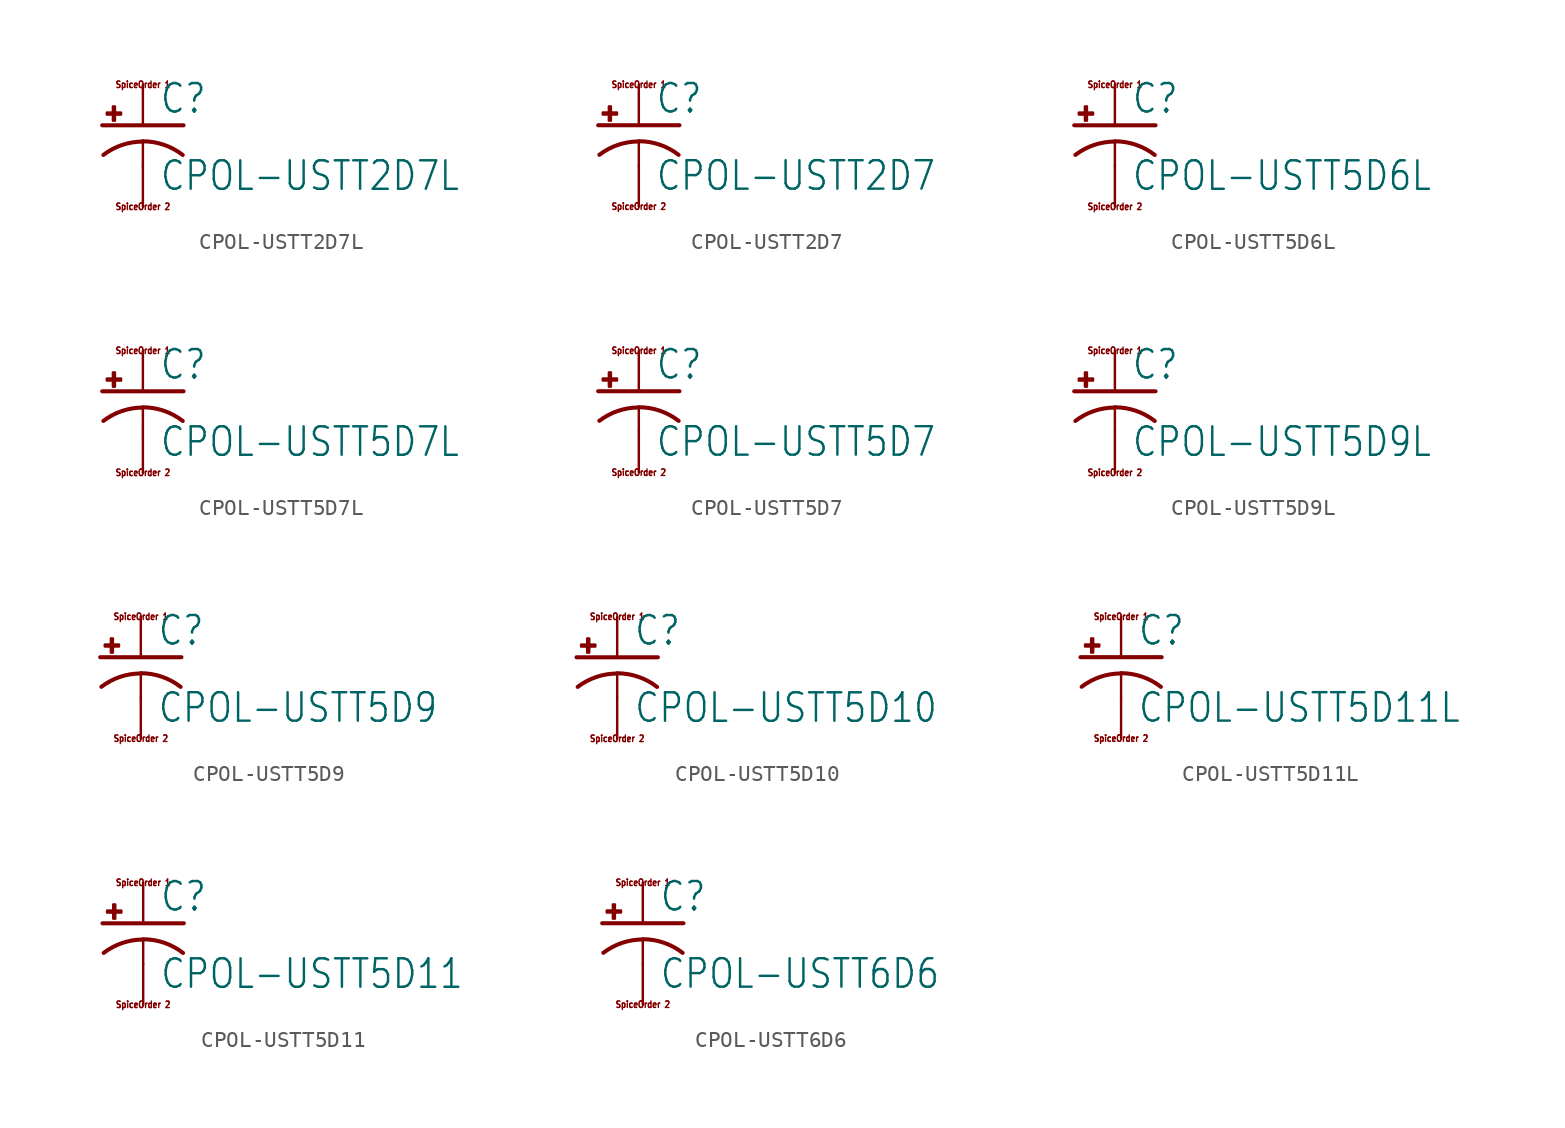
<source format=kicad_sym>
(kicad_symbol_lib
  (version 20211014)
  (generator kicad_symbol_editor)
  (symbol "CPOL-USTT2D7L"
    (property "Reference" "C"
      (at 1.016 0.635 0)
      (effects (font (size 1.778 1.511)) (justify left bottom)))
    (property "Value" "CPOL-USTT2D7L"
      (at 1.016 -4.191 0)
      (effects (font (size 1.778 1.511)) (justify left bottom)))
    (property "ki_locked" ""
      (at 0 0 0)
      (effects (font (size 1.27 1.27))))
    (symbol "CPOL-USTT2D7L_1_0"
      (rectangle (start -2.253 0.668) (end -1.364 0.795) (stroke (width 0) (type default) (color 0 0 0 0)) (fill (type outline)))
      (rectangle (start -1.872 0.287) (end -1.745 1.176) (stroke (width 0) (type default) (color 0 0 0 0)) (fill (type outline)))
      (arc (start 0 -1.0161) (mid -1.3021 -1.2302) (end -2.4669 -1.8504) (stroke (width 0.254) (type default) (color 0 0 0 0)) (fill (type none)))
      (polyline (pts (xy -2.54 0) (xy 2.54 0)) (stroke (width 0.254) (type default) (color 0 0 0 0)) (fill (type none)))
      (polyline (pts (xy 0 -1.016) (xy 0 -2.54)) (stroke (width 0.152) (type default) (color 0 0 0 0)) (fill (type none)))
      (arc (start 2.4892 -1.8542) (mid 1.3158 -1.2195) (end 0 -1) (stroke (width 0.254) (type default) (color 0 0 0 0)) (fill (type none)))
      (text "SpiceOrder 1" (at 0 2.54 0) (effects (font (size 0.406 0.345))))
      (text "SpiceOrder 2" (at 0 -5.08 0) (effects (font (size 0.406 0.345))))
      (pin passive line (at 0 2.54 270) (length 2.54) (name "+" (effects (font (size 0 0)))) (number "+" (effects (font (size 0 0)))))
      (pin passive line (at 0 -5.08 90) (length 2.54) (name "-" (effects (font (size 0 0)))) (number "-" (effects (font (size 0 0)))))))
  (symbol "CPOL-USTT2D7"
    (property "Reference" "C"
      (at 1.016 0.635 0)
      (effects (font (size 1.778 1.511)) (justify left bottom)))
    (property "Value" "CPOL-USTT2D7"
      (at 1.016 -4.191 0)
      (effects (font (size 1.778 1.511)) (justify left bottom)))
    (property "ki_locked" ""
      (at 0 0 0)
      (effects (font (size 1.27 1.27))))
    (symbol "CPOL-USTT2D7_1_0"
      (rectangle (start -2.253 0.668) (end -1.364 0.795) (stroke (width 0) (type default) (color 0 0 0 0)) (fill (type outline)))
      (rectangle (start -1.872 0.287) (end -1.745 1.176) (stroke (width 0) (type default) (color 0 0 0 0)) (fill (type outline)))
      (arc (start 0 -1.0161) (mid -1.3021 -1.2302) (end -2.4669 -1.8504) (stroke (width 0.254) (type default) (color 0 0 0 0)) (fill (type none)))
      (polyline (pts (xy -2.54 0) (xy 2.54 0)) (stroke (width 0.254) (type default) (color 0 0 0 0)) (fill (type none)))
      (polyline (pts (xy 0 -1.016) (xy 0 -2.54)) (stroke (width 0.152) (type default) (color 0 0 0 0)) (fill (type none)))
      (arc (start 2.4892 -1.8542) (mid 1.3158 -1.2195) (end 0 -1) (stroke (width 0.254) (type default) (color 0 0 0 0)) (fill (type none)))
      (text "SpiceOrder 1" (at 0 2.54 0) (effects (font (size 0.406 0.345))))
      (text "SpiceOrder 2" (at 0 -5.08 0) (effects (font (size 0.406 0.345))))
      (pin passive line (at 0 2.54 270) (length 2.54) (name "+" (effects (font (size 0 0)))) (number "+" (effects (font (size 0 0)))))
      (pin passive line (at 0 -5.08 90) (length 2.54) (name "-" (effects (font (size 0 0)))) (number "-" (effects (font (size 0 0)))))))
  (symbol "CPOL-USTT5D6L"
    (property "Reference" "C"
      (at 1.016 0.635 0)
      (effects (font (size 1.778 1.511)) (justify left bottom)))
    (property "Value" "CPOL-USTT5D6L"
      (at 1.016 -4.191 0)
      (effects (font (size 1.778 1.511)) (justify left bottom)))
    (property "ki_locked" ""
      (at 0 0 0)
      (effects (font (size 1.27 1.27))))
    (symbol "CPOL-USTT5D6L_1_0"
      (rectangle (start -2.253 0.668) (end -1.364 0.795) (stroke (width 0) (type default) (color 0 0 0 0)) (fill (type outline)))
      (rectangle (start -1.872 0.287) (end -1.745 1.176) (stroke (width 0) (type default) (color 0 0 0 0)) (fill (type outline)))
      (arc (start 0 -1.0161) (mid -1.3021 -1.2302) (end -2.4669 -1.8504) (stroke (width 0.254) (type default) (color 0 0 0 0)) (fill (type none)))
      (polyline (pts (xy -2.54 0) (xy 2.54 0)) (stroke (width 0.254) (type default) (color 0 0 0 0)) (fill (type none)))
      (polyline (pts (xy 0 -1.016) (xy 0 -2.54)) (stroke (width 0.152) (type default) (color 0 0 0 0)) (fill (type none)))
      (arc (start 2.4892 -1.8542) (mid 1.3158 -1.2195) (end 0 -1) (stroke (width 0.254) (type default) (color 0 0 0 0)) (fill (type none)))
      (text "SpiceOrder 1" (at 0 2.54 0) (effects (font (size 0.406 0.345))))
      (text "SpiceOrder 2" (at 0 -5.08 0) (effects (font (size 0.406 0.345))))
      (pin passive line (at 0 2.54 270) (length 2.54) (name "+" (effects (font (size 0 0)))) (number "+" (effects (font (size 0 0)))))
      (pin passive line (at 0 -5.08 90) (length 2.54) (name "-" (effects (font (size 0 0)))) (number "-" (effects (font (size 0 0)))))))
  (symbol "CPOL-USTT5D7L"
    (property "Reference" "C"
      (at 1.016 0.635 0)
      (effects (font (size 1.778 1.511)) (justify left bottom)))
    (property "Value" "CPOL-USTT5D7L"
      (at 1.016 -4.191 0)
      (effects (font (size 1.778 1.511)) (justify left bottom)))
    (property "ki_locked" ""
      (at 0 0 0)
      (effects (font (size 1.27 1.27))))
    (symbol "CPOL-USTT5D7L_1_0"
      (rectangle (start -2.253 0.668) (end -1.364 0.795) (stroke (width 0) (type default) (color 0 0 0 0)) (fill (type outline)))
      (rectangle (start -1.872 0.287) (end -1.745 1.176) (stroke (width 0) (type default) (color 0 0 0 0)) (fill (type outline)))
      (arc (start 0 -1.0161) (mid -1.3021 -1.2302) (end -2.4669 -1.8504) (stroke (width 0.254) (type default) (color 0 0 0 0)) (fill (type none)))
      (polyline (pts (xy -2.54 0) (xy 2.54 0)) (stroke (width 0.254) (type default) (color 0 0 0 0)) (fill (type none)))
      (polyline (pts (xy 0 -1.016) (xy 0 -2.54)) (stroke (width 0.152) (type default) (color 0 0 0 0)) (fill (type none)))
      (arc (start 2.4892 -1.8542) (mid 1.3158 -1.2195) (end 0 -1) (stroke (width 0.254) (type default) (color 0 0 0 0)) (fill (type none)))
      (text "SpiceOrder 1" (at 0 2.54 0) (effects (font (size 0.406 0.345))))
      (text "SpiceOrder 2" (at 0 -5.08 0) (effects (font (size 0.406 0.345))))
      (pin passive line (at 0 2.54 270) (length 2.54) (name "+" (effects (font (size 0 0)))) (number "+" (effects (font (size 0 0)))))
      (pin passive line (at 0 -5.08 90) (length 2.54) (name "-" (effects (font (size 0 0)))) (number "-" (effects (font (size 0 0)))))))
  (symbol "CPOL-USTT5D7"
    (property "Reference" "C"
      (at 1.016 0.635 0)
      (effects (font (size 1.778 1.511)) (justify left bottom)))
    (property "Value" "CPOL-USTT5D7"
      (at 1.016 -4.191 0)
      (effects (font (size 1.778 1.511)) (justify left bottom)))
    (property "ki_locked" ""
      (at 0 0 0)
      (effects (font (size 1.27 1.27))))
    (symbol "CPOL-USTT5D7_1_0"
      (rectangle (start -2.253 0.668) (end -1.364 0.795) (stroke (width 0) (type default) (color 0 0 0 0)) (fill (type outline)))
      (rectangle (start -1.872 0.287) (end -1.745 1.176) (stroke (width 0) (type default) (color 0 0 0 0)) (fill (type outline)))
      (arc (start 0 -1.0161) (mid -1.3021 -1.2302) (end -2.4669 -1.8504) (stroke (width 0.254) (type default) (color 0 0 0 0)) (fill (type none)))
      (polyline (pts (xy -2.54 0) (xy 2.54 0)) (stroke (width 0.254) (type default) (color 0 0 0 0)) (fill (type none)))
      (polyline (pts (xy 0 -1.016) (xy 0 -2.54)) (stroke (width 0.152) (type default) (color 0 0 0 0)) (fill (type none)))
      (arc (start 2.4892 -1.8542) (mid 1.3158 -1.2195) (end 0 -1) (stroke (width 0.254) (type default) (color 0 0 0 0)) (fill (type none)))
      (text "SpiceOrder 1" (at 0 2.54 0) (effects (font (size 0.406 0.345))))
      (text "SpiceOrder 2" (at 0 -5.08 0) (effects (font (size 0.406 0.345))))
      (pin passive line (at 0 2.54 270) (length 2.54) (name "+" (effects (font (size 0 0)))) (number "+" (effects (font (size 0 0)))))
      (pin passive line (at 0 -5.08 90) (length 2.54) (name "-" (effects (font (size 0 0)))) (number "-" (effects (font (size 0 0)))))))
  (symbol "CPOL-USTT5D9L"
    (property "Reference" "C"
      (at 1.016 0.635 0)
      (effects (font (size 1.778 1.511)) (justify left bottom)))
    (property "Value" "CPOL-USTT5D9L"
      (at 1.016 -4.191 0)
      (effects (font (size 1.778 1.511)) (justify left bottom)))
    (property "ki_locked" ""
      (at 0 0 0)
      (effects (font (size 1.27 1.27))))
    (symbol "CPOL-USTT5D9L_1_0"
      (rectangle (start -2.253 0.668) (end -1.364 0.795) (stroke (width 0) (type default) (color 0 0 0 0)) (fill (type outline)))
      (rectangle (start -1.872 0.287) (end -1.745 1.176) (stroke (width 0) (type default) (color 0 0 0 0)) (fill (type outline)))
      (arc (start 0 -1.0161) (mid -1.3021 -1.2302) (end -2.4669 -1.8504) (stroke (width 0.254) (type default) (color 0 0 0 0)) (fill (type none)))
      (polyline (pts (xy -2.54 0) (xy 2.54 0)) (stroke (width 0.254) (type default) (color 0 0 0 0)) (fill (type none)))
      (polyline (pts (xy 0 -1.016) (xy 0 -2.54)) (stroke (width 0.152) (type default) (color 0 0 0 0)) (fill (type none)))
      (arc (start 2.4892 -1.8542) (mid 1.3158 -1.2195) (end 0 -1) (stroke (width 0.254) (type default) (color 0 0 0 0)) (fill (type none)))
      (text "SpiceOrder 1" (at 0 2.54 0) (effects (font (size 0.406 0.345))))
      (text "SpiceOrder 2" (at 0 -5.08 0) (effects (font (size 0.406 0.345))))
      (pin passive line (at 0 2.54 270) (length 2.54) (name "+" (effects (font (size 0 0)))) (number "+" (effects (font (size 0 0)))))
      (pin passive line (at 0 -5.08 90) (length 2.54) (name "-" (effects (font (size 0 0)))) (number "-" (effects (font (size 0 0)))))))
  (symbol "CPOL-USTT5D9"
    (property "Reference" "C"
      (at 1.016 0.635 0)
      (effects (font (size 1.778 1.511)) (justify left bottom)))
    (property "Value" "CPOL-USTT5D9"
      (at 1.016 -4.191 0)
      (effects (font (size 1.778 1.511)) (justify left bottom)))
    (property "ki_locked" ""
      (at 0 0 0)
      (effects (font (size 1.27 1.27))))
    (symbol "CPOL-USTT5D9_1_0"
      (rectangle (start -2.253 0.668) (end -1.364 0.795) (stroke (width 0) (type default) (color 0 0 0 0)) (fill (type outline)))
      (rectangle (start -1.872 0.287) (end -1.745 1.176) (stroke (width 0) (type default) (color 0 0 0 0)) (fill (type outline)))
      (arc (start 0 -1.0161) (mid -1.3021 -1.2302) (end -2.4669 -1.8504) (stroke (width 0.254) (type default) (color 0 0 0 0)) (fill (type none)))
      (polyline (pts (xy -2.54 0) (xy 2.54 0)) (stroke (width 0.254) (type default) (color 0 0 0 0)) (fill (type none)))
      (polyline (pts (xy 0 -1.016) (xy 0 -2.54)) (stroke (width 0.152) (type default) (color 0 0 0 0)) (fill (type none)))
      (arc (start 2.4892 -1.8542) (mid 1.3158 -1.2195) (end 0 -1) (stroke (width 0.254) (type default) (color 0 0 0 0)) (fill (type none)))
      (text "SpiceOrder 1" (at 0 2.54 0) (effects (font (size 0.406 0.345))))
      (text "SpiceOrder 2" (at 0 -5.08 0) (effects (font (size 0.406 0.345))))
      (pin passive line (at 0 2.54 270) (length 2.54) (name "+" (effects (font (size 0 0)))) (number "+" (effects (font (size 0 0)))))
      (pin passive line (at 0 -5.08 90) (length 2.54) (name "-" (effects (font (size 0 0)))) (number "-" (effects (font (size 0 0)))))))
  (symbol "CPOL-USTT5D10"
    (property "Reference" "C"
      (at 1.016 0.635 0)
      (effects (font (size 1.778 1.511)) (justify left bottom)))
    (property "Value" "CPOL-USTT5D10"
      (at 1.016 -4.191 0)
      (effects (font (size 1.778 1.511)) (justify left bottom)))
    (property "ki_locked" ""
      (at 0 0 0)
      (effects (font (size 1.27 1.27))))
    (symbol "CPOL-USTT5D10_1_0"
      (rectangle (start -2.253 0.668) (end -1.364 0.795) (stroke (width 0) (type default) (color 0 0 0 0)) (fill (type outline)))
      (rectangle (start -1.872 0.287) (end -1.745 1.176) (stroke (width 0) (type default) (color 0 0 0 0)) (fill (type outline)))
      (arc (start 0 -1.0161) (mid -1.3021 -1.2302) (end -2.4669 -1.8504) (stroke (width 0.254) (type default) (color 0 0 0 0)) (fill (type none)))
      (polyline (pts (xy -2.54 0) (xy 2.54 0)) (stroke (width 0.254) (type default) (color 0 0 0 0)) (fill (type none)))
      (polyline (pts (xy 0 -1.016) (xy 0 -2.54)) (stroke (width 0.152) (type default) (color 0 0 0 0)) (fill (type none)))
      (arc (start 2.4892 -1.8542) (mid 1.3158 -1.2195) (end 0 -1) (stroke (width 0.254) (type default) (color 0 0 0 0)) (fill (type none)))
      (text "SpiceOrder 1" (at 0 2.54 0) (effects (font (size 0.406 0.345))))
      (text "SpiceOrder 2" (at 0 -5.08 0) (effects (font (size 0.406 0.345))))
      (pin passive line (at 0 2.54 270) (length 2.54) (name "+" (effects (font (size 0 0)))) (number "+" (effects (font (size 0 0)))))
      (pin passive line (at 0 -5.08 90) (length 2.54) (name "-" (effects (font (size 0 0)))) (number "-" (effects (font (size 0 0)))))))
  (symbol "CPOL-USTT5D11L"
    (property "Reference" "C"
      (at 1.016 0.635 0)
      (effects (font (size 1.778 1.511)) (justify left bottom)))
    (property "Value" "CPOL-USTT5D11L"
      (at 1.016 -4.191 0)
      (effects (font (size 1.778 1.511)) (justify left bottom)))
    (property "ki_locked" ""
      (at 0 0 0)
      (effects (font (size 1.27 1.27))))
    (symbol "CPOL-USTT5D11L_1_0"
      (rectangle (start -2.253 0.668) (end -1.364 0.795) (stroke (width 0) (type default) (color 0 0 0 0)) (fill (type outline)))
      (rectangle (start -1.872 0.287) (end -1.745 1.176) (stroke (width 0) (type default) (color 0 0 0 0)) (fill (type outline)))
      (arc (start 0 -1.0161) (mid -1.3021 -1.2302) (end -2.4669 -1.8504) (stroke (width 0.254) (type default) (color 0 0 0 0)) (fill (type none)))
      (polyline (pts (xy -2.54 0) (xy 2.54 0)) (stroke (width 0.254) (type default) (color 0 0 0 0)) (fill (type none)))
      (polyline (pts (xy 0 -1.016) (xy 0 -2.54)) (stroke (width 0.152) (type default) (color 0 0 0 0)) (fill (type none)))
      (arc (start 2.4892 -1.8542) (mid 1.3158 -1.2195) (end 0 -1) (stroke (width 0.254) (type default) (color 0 0 0 0)) (fill (type none)))
      (text "SpiceOrder 1" (at 0 2.54 0) (effects (font (size 0.406 0.345))))
      (text "SpiceOrder 2" (at 0 -5.08 0) (effects (font (size 0.406 0.345))))
      (pin passive line (at 0 2.54 270) (length 2.54) (name "+" (effects (font (size 0 0)))) (number "+" (effects (font (size 0 0)))))
      (pin passive line (at 0 -5.08 90) (length 2.54) (name "-" (effects (font (size 0 0)))) (number "-" (effects (font (size 0 0)))))))
  (symbol "CPOL-USTT5D11"
    (property "Reference" "C"
      (at 1.016 0.635 0)
      (effects (font (size 1.778 1.511)) (justify left bottom)))
    (property "Value" "CPOL-USTT5D11"
      (at 1.016 -4.191 0)
      (effects (font (size 1.778 1.511)) (justify left bottom)))
    (property "ki_locked" ""
      (at 0 0 0)
      (effects (font (size 1.27 1.27))))
    (symbol "CPOL-USTT5D11_1_0"
      (rectangle (start -2.253 0.668) (end -1.364 0.795) (stroke (width 0) (type default) (color 0 0 0 0)) (fill (type outline)))
      (rectangle (start -1.872 0.287) (end -1.745 1.176) (stroke (width 0) (type default) (color 0 0 0 0)) (fill (type outline)))
      (arc (start 0 -1.0161) (mid -1.3021 -1.2302) (end -2.4669 -1.8504) (stroke (width 0.254) (type default) (color 0 0 0 0)) (fill (type none)))
      (polyline (pts (xy -2.54 0) (xy 2.54 0)) (stroke (width 0.254) (type default) (color 0 0 0 0)) (fill (type none)))
      (polyline (pts (xy 0 -1.016) (xy 0 -2.54)) (stroke (width 0.152) (type default) (color 0 0 0 0)) (fill (type none)))
      (arc (start 2.4892 -1.8542) (mid 1.3158 -1.2195) (end 0 -1) (stroke (width 0.254) (type default) (color 0 0 0 0)) (fill (type none)))
      (text "SpiceOrder 1" (at 0 2.54 0) (effects (font (size 0.406 0.345))))
      (text "SpiceOrder 2" (at 0 -5.08 0) (effects (font (size 0.406 0.345))))
      (pin passive line (at 0 2.54 270) (length 2.54) (name "+" (effects (font (size 0 0)))) (number "+" (effects (font (size 0 0)))))
      (pin passive line (at 0 -5.08 90) (length 2.54) (name "-" (effects (font (size 0 0)))) (number "-" (effects (font (size 0 0)))))))
  (symbol "CPOL-USTT6D6"
    (property "Reference" "C"
      (at 1.016 0.635 0)
      (effects (font (size 1.778 1.511)) (justify left bottom)))
    (property "Value" "CPOL-USTT6D6"
      (at 1.016 -4.191 0)
      (effects (font (size 1.778 1.511)) (justify left bottom)))
    (property "ki_locked" ""
      (at 0 0 0)
      (effects (font (size 1.27 1.27))))
    (symbol "CPOL-USTT6D6_1_0"
      (rectangle (start -2.253 0.668) (end -1.364 0.795) (stroke (width 0) (type default) (color 0 0 0 0)) (fill (type outline)))
      (rectangle (start -1.872 0.287) (end -1.745 1.176) (stroke (width 0) (type default) (color 0 0 0 0)) (fill (type outline)))
      (arc (start 0 -1.0161) (mid -1.3021 -1.2302) (end -2.4669 -1.8504) (stroke (width 0.254) (type default) (color 0 0 0 0)) (fill (type none)))
      (polyline (pts (xy -2.54 0) (xy 2.54 0)) (stroke (width 0.254) (type default) (color 0 0 0 0)) (fill (type none)))
      (polyline (pts (xy 0 -1.016) (xy 0 -2.54)) (stroke (width 0.152) (type default) (color 0 0 0 0)) (fill (type none)))
      (arc (start 2.4892 -1.8542) (mid 1.3158 -1.2195) (end 0 -1) (stroke (width 0.254) (type default) (color 0 0 0 0)) (fill (type none)))
      (text "SpiceOrder 1" (at 0 2.54 0) (effects (font (size 0.406 0.345))))
      (text "SpiceOrder 2" (at 0 -5.08 0) (effects (font (size 0.406 0.345))))
      (pin passive line (at 0 2.54 270) (length 2.54) (name "+" (effects (font (size 0 0)))) (number "+" (effects (font (size 0 0)))))
      (pin passive line (at 0 -5.08 90) (length 2.54) (name "-" (effects (font (size 0 0)))) (number "-" (effects (font (size 0 0))))))))
</source>
